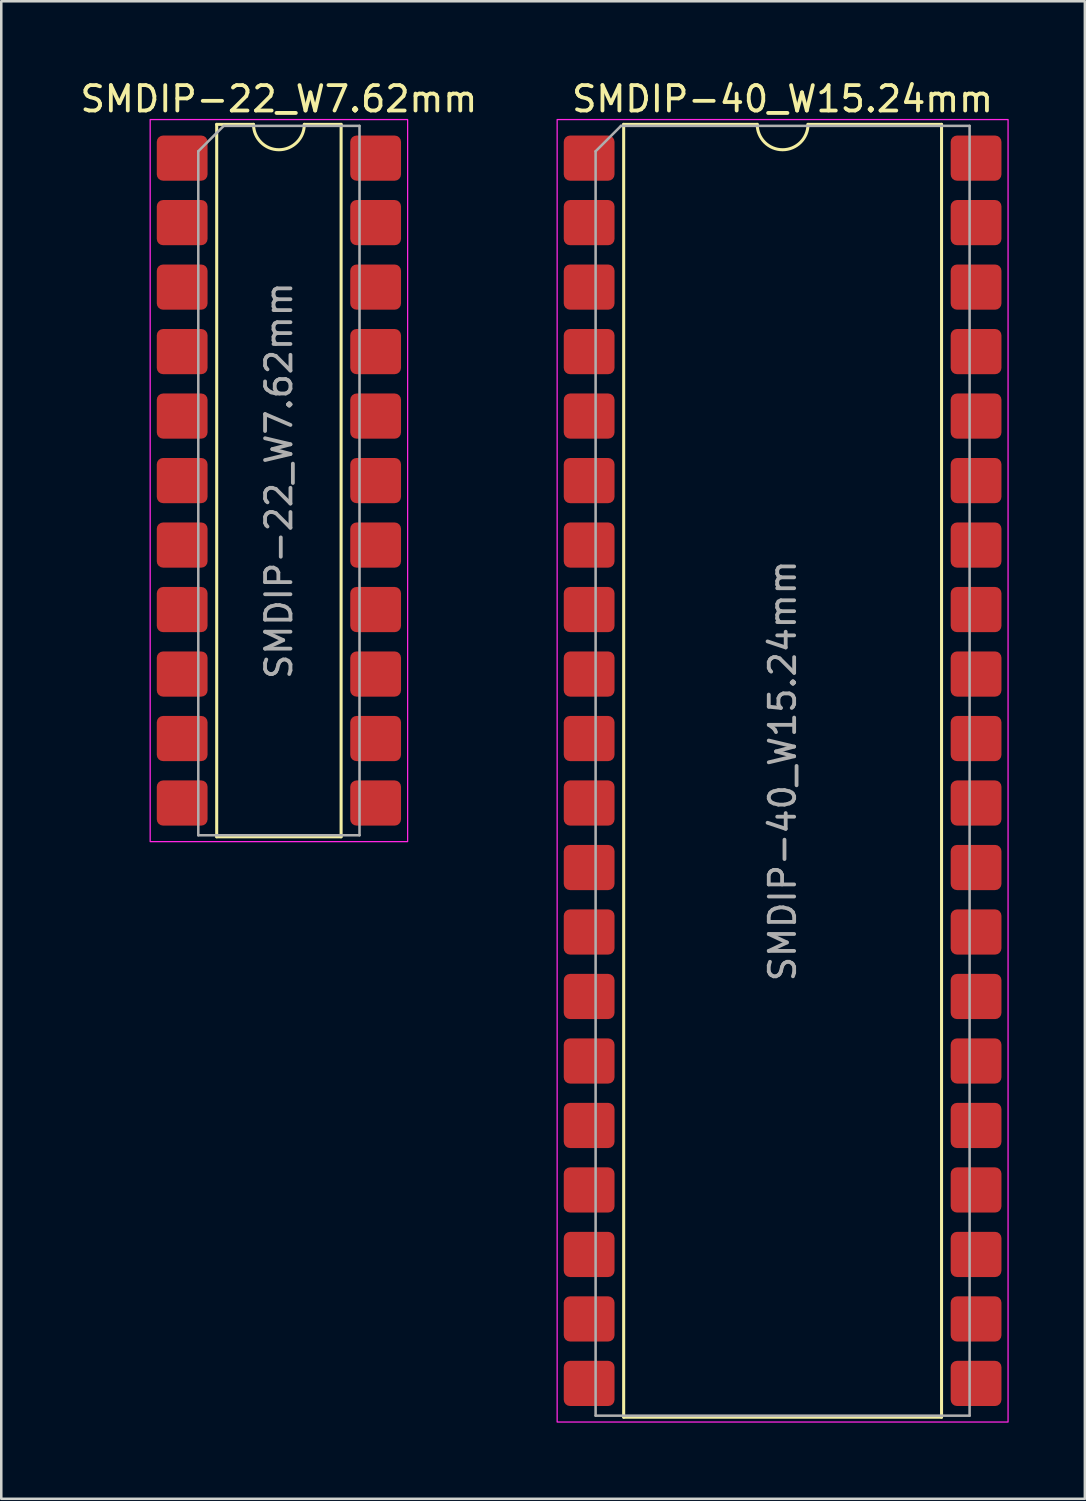
<source format=kicad_pcb>
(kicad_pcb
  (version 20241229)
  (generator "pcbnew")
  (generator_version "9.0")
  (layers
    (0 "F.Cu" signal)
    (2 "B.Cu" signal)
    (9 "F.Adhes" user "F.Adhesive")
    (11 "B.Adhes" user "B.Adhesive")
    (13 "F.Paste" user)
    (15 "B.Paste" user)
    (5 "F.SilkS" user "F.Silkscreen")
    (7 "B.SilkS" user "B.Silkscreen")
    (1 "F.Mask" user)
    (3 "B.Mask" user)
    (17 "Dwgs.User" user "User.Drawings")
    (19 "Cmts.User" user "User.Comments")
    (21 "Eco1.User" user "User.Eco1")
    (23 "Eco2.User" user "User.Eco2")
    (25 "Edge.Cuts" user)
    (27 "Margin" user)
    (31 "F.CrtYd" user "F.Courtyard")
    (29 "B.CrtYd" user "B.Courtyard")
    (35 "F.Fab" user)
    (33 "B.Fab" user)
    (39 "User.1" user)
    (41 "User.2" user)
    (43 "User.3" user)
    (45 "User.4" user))
  (footprint "SMDIP-22_W7.62mm"
    (layer "F.Cu")
    (at 7.935 15.878)
    (property "Reference" "SMDIP-22_W7.62mm" (at 0 -15.03 0) (layer "F.SilkS") (effects (font (size 1 1) (thickness 0.15))))
    (attr smd)
    (fp_line (start -2.45 -14.03) (end -2.45 14.03) (stroke (width 0.12) (type solid)) (layer "F.SilkS"))
    (fp_line (start -2.45 14.03) (end 2.45 14.03) (stroke (width 0.12) (type solid)) (layer "F.SilkS"))
    (fp_line (start -1 -14.03) (end -2.45 -14.03) (stroke (width 0.12) (type solid)) (layer "F.SilkS"))
    (fp_line (start 2.45 -14.03) (end 1 -14.03) (stroke (width 0.12) (type solid)) (layer "F.SilkS"))
    (fp_line (start 2.45 14.03) (end 2.45 -14.03) (stroke (width 0.12) (type solid)) (layer "F.SilkS"))
    (fp_arc (start 1 -14.03) (mid 0 -13.03) (end -1 -14.03) (stroke (width 0.12) (type solid)) (layer "F.SilkS"))
    (fp_rect (start -5.07 -14.22) (end 5.07 14.22) (stroke (width 0.05) (type solid)) (fill no) (layer "F.CrtYd"))
    (fp_line (start -3.175 -12.97) (end -2.175 -13.97) (stroke (width 0.1) (type solid)) (layer "F.Fab"))
    (fp_line (start -3.175 13.97) (end -3.175 -12.97) (stroke (width 0.1) (type solid)) (layer "F.Fab"))
    (fp_line (start -2.175 -13.97) (end 3.175 -13.97) (stroke (width 0.1) (type solid)) (layer "F.Fab"))
    (fp_line (start 3.175 -13.97) (end 3.175 13.97) (stroke (width 0.1) (type solid)) (layer "F.Fab"))
    (fp_line (start 3.175 13.97) (end -3.175 13.97) (stroke (width 0.1) (type solid)) (layer "F.Fab"))
    (fp_text user "${REFERENCE}" (at 0 0 90) (layer "F.Fab") (effects (font (size 1 1) (thickness 0.15))))
    (pad "1" smd roundrect (at -3.81 -12.7) (size 2 1.78) (layers "F.Cu" "F.Mask" "F.Paste") (roundrect_rratio 0.14))
    (pad "2" smd roundrect (at -3.81 -10.16) (size 2 1.78) (layers "F.Cu" "F.Mask" "F.Paste") (roundrect_rratio 0.14))
    (pad "3" smd roundrect (at -3.81 -7.62) (size 2 1.78) (layers "F.Cu" "F.Mask" "F.Paste") (roundrect_rratio 0.14))
    (pad "4" smd roundrect (at -3.81 -5.08) (size 2 1.78) (layers "F.Cu" "F.Mask" "F.Paste") (roundrect_rratio 0.14))
    (pad "5" smd roundrect (at -3.81 -2.54) (size 2 1.78) (layers "F.Cu" "F.Mask" "F.Paste") (roundrect_rratio 0.14))
    (pad "6" smd roundrect (at -3.81 0) (size 2 1.78) (layers "F.Cu" "F.Mask" "F.Paste") (roundrect_rratio 0.14))
    (pad "7" smd roundrect (at -3.81 2.54) (size 2 1.78) (layers "F.Cu" "F.Mask" "F.Paste") (roundrect_rratio 0.14))
    (pad "8" smd roundrect (at -3.81 5.08) (size 2 1.78) (layers "F.Cu" "F.Mask" "F.Paste") (roundrect_rratio 0.14))
    (pad "9" smd roundrect (at -3.81 7.62) (size 2 1.78) (layers "F.Cu" "F.Mask" "F.Paste") (roundrect_rratio 0.14))
    (pad "10" smd roundrect (at -3.81 10.16) (size 2 1.78) (layers "F.Cu" "F.Mask" "F.Paste") (roundrect_rratio 0.14))
    (pad "11" smd roundrect (at -3.81 12.7) (size 2 1.78) (layers "F.Cu" "F.Mask" "F.Paste") (roundrect_rratio 0.14))
    (pad "12" smd roundrect (at 3.81 12.7) (size 2 1.78) (layers "F.Cu" "F.Mask" "F.Paste") (roundrect_rratio 0.14))
    (pad "13" smd roundrect (at 3.81 10.16) (size 2 1.78) (layers "F.Cu" "F.Mask" "F.Paste") (roundrect_rratio 0.14))
    (pad "14" smd roundrect (at 3.81 7.62) (size 2 1.78) (layers "F.Cu" "F.Mask" "F.Paste") (roundrect_rratio 0.14))
    (pad "15" smd roundrect (at 3.81 5.08) (size 2 1.78) (layers "F.Cu" "F.Mask" "F.Paste") (roundrect_rratio 0.14))
    (pad "16" smd roundrect (at 3.81 2.54) (size 2 1.78) (layers "F.Cu" "F.Mask" "F.Paste") (roundrect_rratio 0.14))
    (pad "17" smd roundrect (at 3.81 0) (size 2 1.78) (layers "F.Cu" "F.Mask" "F.Paste") (roundrect_rratio 0.14))
    (pad "18" smd roundrect (at 3.81 -2.54) (size 2 1.78) (layers "F.Cu" "F.Mask" "F.Paste") (roundrect_rratio 0.14))
    (pad "19" smd roundrect (at 3.81 -5.08) (size 2 1.78) (layers "F.Cu" "F.Mask" "F.Paste") (roundrect_rratio 0.14))
    (pad "20" smd roundrect (at 3.81 -7.62) (size 2 1.78) (layers "F.Cu" "F.Mask" "F.Paste") (roundrect_rratio 0.14))
    (pad "21" smd roundrect (at 3.81 -10.16) (size 2 1.78) (layers "F.Cu" "F.Mask" "F.Paste") (roundrect_rratio 0.14))
    (pad "22" smd roundrect (at 3.81 -12.7) (size 2 1.78) (layers "F.Cu" "F.Mask" "F.Paste") (roundrect_rratio 0.14)))
  (footprint "SMDIP-40_W15.24mm"
    (layer "F.Cu")
    (at 27.774 27.308)
    (property "Reference" "SMDIP-40_W15.24mm" (at 0 -26.46 0) (layer "F.SilkS") (effects (font (size 1 1) (thickness 0.15))))
    (attr smd)
    (fp_line (start -6.26 -25.46) (end -6.26 25.46) (stroke (width 0.12) (type solid)) (layer "F.SilkS"))
    (fp_line (start -6.26 25.46) (end 6.26 25.46) (stroke (width 0.12) (type solid)) (layer "F.SilkS"))
    (fp_line (start -1 -25.46) (end -6.26 -25.46) (stroke (width 0.12) (type solid)) (layer "F.SilkS"))
    (fp_line (start 6.26 -25.46) (end 1 -25.46) (stroke (width 0.12) (type solid)) (layer "F.SilkS"))
    (fp_line (start 6.26 25.46) (end 6.26 -25.46) (stroke (width 0.12) (type solid)) (layer "F.SilkS"))
    (fp_arc (start 1 -25.46) (mid 0 -24.46) (end -1 -25.46) (stroke (width 0.12) (type solid)) (layer "F.SilkS"))
    (fp_rect (start -8.88 -25.65) (end 8.88 25.65) (stroke (width 0.05) (type solid)) (fill no) (layer "F.CrtYd"))
    (fp_line (start -7.365 -24.4) (end -6.365 -25.4) (stroke (width 0.1) (type solid)) (layer "F.Fab"))
    (fp_line (start -7.365 25.4) (end -7.365 -24.4) (stroke (width 0.1) (type solid)) (layer "F.Fab"))
    (fp_line (start -6.365 -25.4) (end 7.365 -25.4) (stroke (width 0.1) (type solid)) (layer "F.Fab"))
    (fp_line (start 7.365 -25.4) (end 7.365 25.4) (stroke (width 0.1) (type solid)) (layer "F.Fab"))
    (fp_line (start 7.365 25.4) (end -7.365 25.4) (stroke (width 0.1) (type solid)) (layer "F.Fab"))
    (fp_text user "${REFERENCE}" (at 0 0 90) (layer "F.Fab") (effects (font (size 1 1) (thickness 0.15))))
    (pad "1" smd roundrect (at -7.62 -24.13) (size 2 1.78) (layers "F.Cu" "F.Mask" "F.Paste") (roundrect_rratio 0.14))
    (pad "2" smd roundrect (at -7.62 -21.59) (size 2 1.78) (layers "F.Cu" "F.Mask" "F.Paste") (roundrect_rratio 0.14))
    (pad "3" smd roundrect (at -7.62 -19.05) (size 2 1.78) (layers "F.Cu" "F.Mask" "F.Paste") (roundrect_rratio 0.14))
    (pad "4" smd roundrect (at -7.62 -16.51) (size 2 1.78) (layers "F.Cu" "F.Mask" "F.Paste") (roundrect_rratio 0.14))
    (pad "5" smd roundrect (at -7.62 -13.97) (size 2 1.78) (layers "F.Cu" "F.Mask" "F.Paste") (roundrect_rratio 0.14))
    (pad "6" smd roundrect (at -7.62 -11.43) (size 2 1.78) (layers "F.Cu" "F.Mask" "F.Paste") (roundrect_rratio 0.14))
    (pad "7" smd roundrect (at -7.62 -8.89) (size 2 1.78) (layers "F.Cu" "F.Mask" "F.Paste") (roundrect_rratio 0.14))
    (pad "8" smd roundrect (at -7.62 -6.35) (size 2 1.78) (layers "F.Cu" "F.Mask" "F.Paste") (roundrect_rratio 0.14))
    (pad "9" smd roundrect (at -7.62 -3.81) (size 2 1.78) (layers "F.Cu" "F.Mask" "F.Paste") (roundrect_rratio 0.14))
    (pad "10" smd roundrect (at -7.62 -1.27) (size 2 1.78) (layers "F.Cu" "F.Mask" "F.Paste") (roundrect_rratio 0.14))
    (pad "11" smd roundrect (at -7.62 1.27) (size 2 1.78) (layers "F.Cu" "F.Mask" "F.Paste") (roundrect_rratio 0.14))
    (pad "12" smd roundrect (at -7.62 3.81) (size 2 1.78) (layers "F.Cu" "F.Mask" "F.Paste") (roundrect_rratio 0.14))
    (pad "13" smd roundrect (at -7.62 6.35) (size 2 1.78) (layers "F.Cu" "F.Mask" "F.Paste") (roundrect_rratio 0.14))
    (pad "14" smd roundrect (at -7.62 8.89) (size 2 1.78) (layers "F.Cu" "F.Mask" "F.Paste") (roundrect_rratio 0.14))
    (pad "15" smd roundrect (at -7.62 11.43) (size 2 1.78) (layers "F.Cu" "F.Mask" "F.Paste") (roundrect_rratio 0.14))
    (pad "16" smd roundrect (at -7.62 13.97) (size 2 1.78) (layers "F.Cu" "F.Mask" "F.Paste") (roundrect_rratio 0.14))
    (pad "17" smd roundrect (at -7.62 16.51) (size 2 1.78) (layers "F.Cu" "F.Mask" "F.Paste") (roundrect_rratio 0.14))
    (pad "18" smd roundrect (at -7.62 19.05) (size 2 1.78) (layers "F.Cu" "F.Mask" "F.Paste") (roundrect_rratio 0.14))
    (pad "19" smd roundrect (at -7.62 21.59) (size 2 1.78) (layers "F.Cu" "F.Mask" "F.Paste") (roundrect_rratio 0.14))
    (pad "20" smd roundrect (at -7.62 24.13) (size 2 1.78) (layers "F.Cu" "F.Mask" "F.Paste") (roundrect_rratio 0.14))
    (pad "21" smd roundrect (at 7.62 24.13) (size 2 1.78) (layers "F.Cu" "F.Mask" "F.Paste") (roundrect_rratio 0.14))
    (pad "22" smd roundrect (at 7.62 21.59) (size 2 1.78) (layers "F.Cu" "F.Mask" "F.Paste") (roundrect_rratio 0.14))
    (pad "23" smd roundrect (at 7.62 19.05) (size 2 1.78) (layers "F.Cu" "F.Mask" "F.Paste") (roundrect_rratio 0.14))
    (pad "24" smd roundrect (at 7.62 16.51) (size 2 1.78) (layers "F.Cu" "F.Mask" "F.Paste") (roundrect_rratio 0.14))
    (pad "25" smd roundrect (at 7.62 13.97) (size 2 1.78) (layers "F.Cu" "F.Mask" "F.Paste") (roundrect_rratio 0.14))
    (pad "26" smd roundrect (at 7.62 11.43) (size 2 1.78) (layers "F.Cu" "F.Mask" "F.Paste") (roundrect_rratio 0.14))
    (pad "27" smd roundrect (at 7.62 8.89) (size 2 1.78) (layers "F.Cu" "F.Mask" "F.Paste") (roundrect_rratio 0.14))
    (pad "28" smd roundrect (at 7.62 6.35) (size 2 1.78) (layers "F.Cu" "F.Mask" "F.Paste") (roundrect_rratio 0.14))
    (pad "29" smd roundrect (at 7.62 3.81) (size 2 1.78) (layers "F.Cu" "F.Mask" "F.Paste") (roundrect_rratio 0.14))
    (pad "30" smd roundrect (at 7.62 1.27) (size 2 1.78) (layers "F.Cu" "F.Mask" "F.Paste") (roundrect_rratio 0.14))
    (pad "31" smd roundrect (at 7.62 -1.27) (size 2 1.78) (layers "F.Cu" "F.Mask" "F.Paste") (roundrect_rratio 0.14))
    (pad "32" smd roundrect (at 7.62 -3.81) (size 2 1.78) (layers "F.Cu" "F.Mask" "F.Paste") (roundrect_rratio 0.14))
    (pad "33" smd roundrect (at 7.62 -6.35) (size 2 1.78) (layers "F.Cu" "F.Mask" "F.Paste") (roundrect_rratio 0.14))
    (pad "34" smd roundrect (at 7.62 -8.89) (size 2 1.78) (layers "F.Cu" "F.Mask" "F.Paste") (roundrect_rratio 0.14))
    (pad "35" smd roundrect (at 7.62 -11.43) (size 2 1.78) (layers "F.Cu" "F.Mask" "F.Paste") (roundrect_rratio 0.14))
    (pad "36" smd roundrect (at 7.62 -13.97) (size 2 1.78) (layers "F.Cu" "F.Mask" "F.Paste") (roundrect_rratio 0.14))
    (pad "37" smd roundrect (at 7.62 -16.51) (size 2 1.78) (layers "F.Cu" "F.Mask" "F.Paste") (roundrect_rratio 0.14))
    (pad "38" smd roundrect (at 7.62 -19.05) (size 2 1.78) (layers "F.Cu" "F.Mask" "F.Paste") (roundrect_rratio 0.14))
    (pad "39" smd roundrect (at 7.62 -21.59) (size 2 1.78) (layers "F.Cu" "F.Mask" "F.Paste") (roundrect_rratio 0.14))
    (pad "40" smd roundrect (at 7.62 -24.13) (size 2 1.78) (layers "F.Cu" "F.Mask" "F.Paste") (roundrect_rratio 0.14)))
  (gr_rect
    (start -3 -3)
    (end 39.679 55.983)
    (stroke (width 0.1) (type default))
    (fill no)
    (layer "Edge.Cuts")))
</source>
